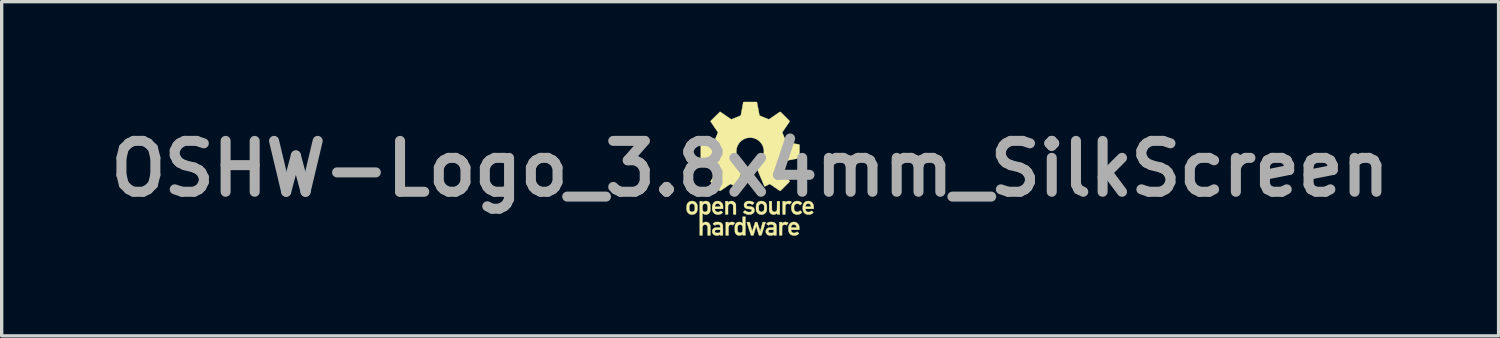
<source format=kicad_pcb>
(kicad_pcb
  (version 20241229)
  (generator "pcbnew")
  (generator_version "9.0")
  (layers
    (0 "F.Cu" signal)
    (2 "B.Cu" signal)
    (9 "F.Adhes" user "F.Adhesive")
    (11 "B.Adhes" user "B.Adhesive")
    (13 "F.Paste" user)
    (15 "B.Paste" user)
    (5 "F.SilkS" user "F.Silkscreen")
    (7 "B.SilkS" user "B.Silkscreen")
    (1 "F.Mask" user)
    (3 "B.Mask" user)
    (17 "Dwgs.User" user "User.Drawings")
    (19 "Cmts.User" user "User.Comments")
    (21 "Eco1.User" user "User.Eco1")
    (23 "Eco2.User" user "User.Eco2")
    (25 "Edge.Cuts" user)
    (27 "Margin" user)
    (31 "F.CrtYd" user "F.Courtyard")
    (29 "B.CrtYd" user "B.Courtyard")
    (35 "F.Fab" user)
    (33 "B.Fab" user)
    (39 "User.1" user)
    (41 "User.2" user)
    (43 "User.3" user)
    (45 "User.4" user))
  (footprint "OSHW-Logo_3.8x4mm_SilkScreen"
    (layer "F.Cu")
    (at 19.42 2.005)
    (property "Reference" "OSHW-Logo_3.8x4mm_SilkScreen" (at 0 0 0) (layer "F.Fab") (effects (font (size 1.524 1.524) (thickness 0.3))))
    (attr through_hole)
    (fp_poly (pts (xy 1.187 0.97) (xy 1.207 0.976) (xy 1.218 0.981) (xy 1.226 0.985) (xy 1.232 0.99) (xy 1.237 0.993) (xy 1.237 0.993) (xy 1.243 0.997) (xy 1.239 1.002) (xy 1.237 1.005) (xy 1.232 1.011) (xy 1.226 1.018) (xy 1.219 1.026) (xy 1.211 1.036) (xy 1.21 1.037) (xy 1.185 1.067) (xy 1.179 1.062) (xy 1.168 1.056) (xy 1.157 1.051) (xy 1.147 1.049) (xy 1.134 1.048) (xy 1.133 1.048) (xy 1.114 1.05) (xy 1.099 1.054) (xy 1.085 1.062) (xy 1.074 1.073) (xy 1.065 1.087) (xy 1.06 1.098) (xy 1.056 1.11) (xy 1.055 1.24) (xy 1.054 1.369) (xy 0.975 1.369) (xy 0.975 0.971) (xy 1.055 0.971) (xy 1.055 1.014) (xy 1.068 1.001) (xy 1.085 0.988) (xy 1.104 0.978) (xy 1.124 0.971) (xy 1.145 0.968) (xy 1.166 0.967) (xy 1.187 0.97)) (stroke (width 0.01) (type solid)) (fill yes) (layer "F.SilkS"))
    (fp_poly (pts (xy -0.516 1.597) (xy -0.495 1.603) (xy -0.485 1.608) (xy -0.477 1.612) (xy -0.471 1.617) (xy -0.466 1.62) (xy -0.466 1.62) (xy -0.46 1.624) (xy -0.489 1.659) (xy -0.518 1.693) (xy -0.524 1.689) (xy -0.536 1.682) (xy -0.546 1.678) (xy -0.557 1.676) (xy -0.569 1.675) (xy -0.582 1.675) (xy -0.592 1.677) (xy -0.601 1.68) (xy -0.611 1.684) (xy -0.613 1.686) (xy -0.625 1.695) (xy -0.635 1.707) (xy -0.642 1.722) (xy -0.643 1.725) (xy -0.644 1.727) (xy -0.645 1.73) (xy -0.645 1.733) (xy -0.646 1.736) (xy -0.646 1.74) (xy -0.647 1.746) (xy -0.647 1.753) (xy -0.647 1.762) (xy -0.647 1.773) (xy -0.648 1.786) (xy -0.648 1.802) (xy -0.648 1.821) (xy -0.648 1.843) (xy -0.648 1.867) (xy -0.649 1.996) (xy -0.729 1.996) (xy -0.729 1.598) (xy -0.648 1.598) (xy -0.648 1.641) (xy -0.635 1.628) (xy -0.618 1.615) (xy -0.599 1.605) (xy -0.579 1.598) (xy -0.558 1.594) (xy -0.537 1.594) (xy -0.516 1.597)) (stroke (width 0.01) (type solid)) (fill yes) (layer "F.SilkS"))
    (fp_poly (pts (xy 1.087 1.597) (xy 1.108 1.603) (xy 1.127 1.612) (xy 1.135 1.618) (xy 1.144 1.624) (xy 1.12 1.653) (xy 1.112 1.663) (xy 1.104 1.672) (xy 1.098 1.679) (xy 1.093 1.685) (xy 1.091 1.688) (xy 1.091 1.688) (xy 1.086 1.693) (xy 1.075 1.686) (xy 1.058 1.679) (xy 1.042 1.675) (xy 1.025 1.675) (xy 1.007 1.678) (xy 1.003 1.68) (xy 0.992 1.686) (xy 0.981 1.695) (xy 0.971 1.705) (xy 0.964 1.717) (xy 0.963 1.72) (xy 0.958 1.731) (xy 0.957 1.863) (xy 0.956 1.995) (xy 0.916 1.996) (xy 0.902 1.996) (xy 0.892 1.996) (xy 0.884 1.995) (xy 0.879 1.995) (xy 0.877 1.994) (xy 0.876 1.994) (xy 0.876 1.991) (xy 0.876 1.985) (xy 0.876 1.976) (xy 0.875 1.964) (xy 0.875 1.949) (xy 0.875 1.931) (xy 0.875 1.911) (xy 0.875 1.888) (xy 0.875 1.865) (xy 0.875 1.839) (xy 0.875 1.812) (xy 0.875 1.795) (xy 0.876 1.599) (xy 0.956 1.599) (xy 0.957 1.619) (xy 0.957 1.64) (xy 0.97 1.628) (xy 0.986 1.615) (xy 1.005 1.605) (xy 1.025 1.598) (xy 1.045 1.594) (xy 1.066 1.594) (xy 1.087 1.597)) (stroke (width 0.01) (type solid)) (fill yes) (layer "F.SilkS"))
    (fp_poly (pts (xy 0.65 1.092) (xy 0.65 1.117) (xy 0.651 1.141) (xy 0.651 1.162) (xy 0.651 1.18) (xy 0.651 1.196) (xy 0.651 1.209) (xy 0.652 1.219) (xy 0.652 1.225) (xy 0.652 1.227) (xy 0.657 1.243) (xy 0.664 1.258) (xy 0.674 1.27) (xy 0.686 1.281) (xy 0.699 1.287) (xy 0.71 1.29) (xy 0.724 1.292) (xy 0.738 1.292) (xy 0.751 1.29) (xy 0.76 1.287) (xy 0.774 1.28) (xy 0.785 1.269) (xy 0.795 1.256) (xy 0.803 1.241) (xy 0.803 1.24) (xy 0.804 1.237) (xy 0.804 1.231) (xy 0.805 1.222) (xy 0.805 1.209) (xy 0.805 1.193) (xy 0.806 1.174) (xy 0.806 1.151) (xy 0.806 1.125) (xy 0.807 1.103) (xy 0.808 0.972) (xy 0.888 0.972) (xy 0.888 1.17) (xy 0.889 1.369) (xy 0.808 1.368) (xy 0.807 1.348) (xy 0.806 1.328) (xy 0.793 1.34) (xy 0.779 1.351) (xy 0.763 1.36) (xy 0.746 1.367) (xy 0.735 1.37) (xy 0.724 1.372) (xy 0.71 1.373) (xy 0.696 1.373) (xy 0.683 1.372) (xy 0.673 1.37) (xy 0.652 1.363) (xy 0.633 1.353) (xy 0.615 1.339) (xy 0.6 1.323) (xy 0.588 1.305) (xy 0.585 1.3) (xy 0.582 1.295) (xy 0.58 1.29) (xy 0.579 1.286) (xy 0.577 1.282) (xy 0.576 1.278) (xy 0.574 1.272) (xy 0.574 1.266) (xy 0.573 1.259) (xy 0.572 1.25) (xy 0.572 1.239) (xy 0.572 1.227) (xy 0.571 1.211) (xy 0.571 1.194) (xy 0.571 1.173) (xy 0.571 1.149) (xy 0.571 1.121) (xy 0.571 1.117) (xy 0.57 0.971) (xy 0.65 0.971) (xy 0.65 1.092)) (stroke (width 0.01) (type solid)) (fill yes) (layer "F.SilkS"))
    (fp_poly (pts (xy -0.528 0.97) (xy -0.51 0.976) (xy -0.491 0.985) (xy -0.473 0.998) (xy -0.458 1.012) (xy -0.446 1.029) (xy -0.439 1.04) (xy -0.437 1.045) (xy -0.435 1.05) (xy -0.433 1.055) (xy -0.431 1.059) (xy -0.43 1.064) (xy -0.428 1.069) (xy -0.427 1.076) (xy -0.427 1.083) (xy -0.426 1.093) (xy -0.426 1.104) (xy -0.425 1.117) (xy -0.425 1.132) (xy -0.425 1.15) (xy -0.425 1.171) (xy -0.424 1.196) (xy -0.424 1.224) (xy -0.424 1.225) (xy -0.424 1.369) (xy -0.505 1.368) (xy -0.506 1.237) (xy -0.506 1.211) (xy -0.506 1.188) (xy -0.506 1.169) (xy -0.507 1.152) (xy -0.507 1.139) (xy -0.507 1.127) (xy -0.508 1.118) (xy -0.508 1.11) (xy -0.509 1.104) (xy -0.51 1.1) (xy -0.511 1.095) (xy -0.512 1.092) (xy -0.514 1.089) (xy -0.516 1.085) (xy -0.518 1.082) (xy -0.519 1.081) (xy -0.527 1.07) (xy -0.539 1.06) (xy -0.553 1.053) (xy -0.568 1.049) (xy -0.584 1.047) (xy -0.591 1.048) (xy -0.607 1.051) (xy -0.62 1.056) (xy -0.632 1.064) (xy -0.638 1.069) (xy -0.647 1.08) (xy -0.654 1.092) (xy -0.659 1.106) (xy -0.66 1.115) (xy -0.661 1.119) (xy -0.661 1.126) (xy -0.661 1.137) (xy -0.661 1.15) (xy -0.662 1.166) (xy -0.662 1.184) (xy -0.662 1.203) (xy -0.662 1.224) (xy -0.662 1.246) (xy -0.662 1.248) (xy -0.662 1.369) (xy -0.742 1.369) (xy -0.742 0.971) (xy -0.662 0.971) (xy -0.662 1.014) (xy -0.649 1.001) (xy -0.632 0.988) (xy -0.613 0.978) (xy -0.593 0.971) (xy -0.572 0.967) (xy -0.55 0.967) (xy -0.528 0.97)) (stroke (width 0.01) (type solid)) (fill yes) (layer "F.SilkS"))
    (fp_poly (pts (xy 1.424 0.968) (xy 1.434 0.968) (xy 1.441 0.969) (xy 1.447 0.97) (xy 1.453 0.971) (xy 1.46 0.973) (xy 1.461 0.973) (xy 1.487 0.983) (xy 1.51 0.996) (xy 1.514 0.998) (xy 1.519 1.002) (xy 1.526 1.007) (xy 1.533 1.014) (xy 1.54 1.02) (xy 1.547 1.026) (xy 1.551 1.031) (xy 1.554 1.035) (xy 1.554 1.036) (xy 1.553 1.038) (xy 1.549 1.042) (xy 1.543 1.048) (xy 1.536 1.055) (xy 1.527 1.062) (xy 1.526 1.063) (xy 1.498 1.088) (xy 1.485 1.077) (xy 1.469 1.064) (xy 1.451 1.054) (xy 1.432 1.049) (xy 1.412 1.047) (xy 1.392 1.049) (xy 1.379 1.052) (xy 1.362 1.06) (xy 1.348 1.07) (xy 1.336 1.083) (xy 1.327 1.099) (xy 1.32 1.118) (xy 1.317 1.129) (xy 1.316 1.139) (xy 1.315 1.151) (xy 1.315 1.166) (xy 1.315 1.18) (xy 1.316 1.195) (xy 1.317 1.207) (xy 1.318 1.218) (xy 1.319 1.222) (xy 1.326 1.241) (xy 1.336 1.257) (xy 1.348 1.27) (xy 1.363 1.281) (xy 1.379 1.288) (xy 1.388 1.29) (xy 1.409 1.293) (xy 1.429 1.292) (xy 1.448 1.287) (xy 1.465 1.279) (xy 1.482 1.267) (xy 1.484 1.264) (xy 1.498 1.252) (xy 1.526 1.277) (xy 1.535 1.285) (xy 1.543 1.293) (xy 1.549 1.298) (xy 1.553 1.303) (xy 1.555 1.305) (xy 1.555 1.305) (xy 1.553 1.307) (xy 1.55 1.311) (xy 1.545 1.316) (xy 1.541 1.319) (xy 1.522 1.336) (xy 1.501 1.35) (xy 1.479 1.361) (xy 1.456 1.368) (xy 1.449 1.37) (xy 1.44 1.371) (xy 1.428 1.372) (xy 1.415 1.373) (xy 1.403 1.373) (xy 1.391 1.372) (xy 1.384 1.372) (xy 1.362 1.367) (xy 1.341 1.36) (xy 1.321 1.35) (xy 1.302 1.338) (xy 1.286 1.324) (xy 1.28 1.317) (xy 1.266 1.298) (xy 1.254 1.275) (xy 1.244 1.25) (xy 1.238 1.224) (xy 1.234 1.195) (xy 1.233 1.166) (xy 1.234 1.142) (xy 1.238 1.118) (xy 1.242 1.097) (xy 1.249 1.077) (xy 1.257 1.06) (xy 1.269 1.038) (xy 1.283 1.02) (xy 1.3 1.005) (xy 1.319 0.992) (xy 1.329 0.986) (xy 1.343 0.98) (xy 1.355 0.975) (xy 1.367 0.972) (xy 1.379 0.97) (xy 1.393 0.968) (xy 1.41 0.968) (xy 1.412 0.968) (xy 1.424 0.968)) (stroke (width 0.01) (type solid)) (fill yes) (layer "F.SilkS"))
    (fp_poly (pts (xy -0.948 0.969) (xy -0.924 0.974) (xy -0.902 0.983) (xy -0.881 0.995) (xy -0.862 1.009) (xy -0.846 1.026) (xy -0.832 1.046) (xy -0.822 1.067) (xy -0.819 1.077) (xy -0.816 1.086) (xy -0.814 1.095) (xy -0.812 1.106) (xy -0.811 1.118) (xy -0.811 1.132) (xy -0.811 1.15) (xy -0.811 1.156) (xy -0.811 1.201) (xy -1.057 1.201) (xy -1.056 1.215) (xy -1.052 1.234) (xy -1.046 1.252) (xy -1.037 1.266) (xy -1.024 1.278) (xy -1.01 1.287) (xy -0.993 1.293) (xy -0.973 1.296) (xy -0.964 1.297) (xy -0.942 1.295) (xy -0.922 1.289) (xy -0.902 1.28) (xy -0.886 1.269) (xy -0.875 1.26) (xy -0.847 1.283) (xy -0.838 1.291) (xy -0.831 1.298) (xy -0.824 1.303) (xy -0.82 1.306) (xy -0.819 1.308) (xy -0.819 1.308) (xy -0.819 1.31) (xy -0.822 1.314) (xy -0.827 1.319) (xy -0.834 1.326) (xy -0.841 1.332) (xy -0.842 1.333) (xy -0.864 1.348) (xy -0.888 1.36) (xy -0.907 1.366) (xy -0.915 1.368) (xy -0.921 1.37) (xy -0.929 1.371) (xy -0.937 1.372) (xy -0.948 1.372) (xy -0.956 1.372) (xy -0.967 1.372) (xy -0.977 1.372) (xy -0.986 1.372) (xy -0.991 1.372) (xy -0.993 1.372) (xy -1.019 1.366) (xy -1.043 1.357) (xy -1.064 1.345) (xy -1.082 1.33) (xy -1.098 1.313) (xy -1.111 1.292) (xy -1.122 1.269) (xy -1.13 1.243) (xy -1.134 1.222) (xy -1.135 1.208) (xy -1.136 1.192) (xy -1.137 1.174) (xy -1.136 1.156) (xy -1.136 1.14) (xy -1.135 1.135) (xy -1.057 1.135) (xy -0.89 1.135) (xy -0.891 1.122) (xy -0.895 1.104) (xy -0.901 1.087) (xy -0.91 1.073) (xy -0.921 1.061) (xy -0.935 1.051) (xy -0.941 1.048) (xy -0.947 1.046) (xy -0.953 1.045) (xy -0.96 1.044) (xy -0.97 1.044) (xy -0.974 1.044) (xy -0.984 1.044) (xy -0.992 1.045) (xy -0.998 1.046) (xy -1.004 1.048) (xy -1.006 1.048) (xy -1.02 1.056) (xy -1.032 1.067) (xy -1.042 1.08) (xy -1.05 1.096) (xy -1.055 1.114) (xy -1.056 1.122) (xy -1.057 1.135) (xy -1.135 1.135) (xy -1.134 1.125) (xy -1.134 1.121) (xy -1.128 1.093) (xy -1.119 1.067) (xy -1.108 1.044) (xy -1.095 1.024) (xy -1.079 1.006) (xy -1.061 0.992) (xy -1.041 0.981) (xy -1.019 0.973) (xy -0.995 0.968) (xy -0.973 0.967) (xy -0.948 0.969)) (stroke (width 0.01) (type solid)) (fill yes) (layer "F.SilkS"))
    (fp_poly (pts (xy -0.142 1.995) (xy -0.222 1.995) (xy -0.222 1.976) (xy -0.223 1.957) (xy -0.236 1.968) (xy -0.255 1.981) (xy -0.276 1.991) (xy -0.298 1.997) (xy -0.321 2) (xy -0.344 1.999) (xy -0.355 1.997) (xy -0.374 1.991) (xy -0.393 1.982) (xy -0.41 1.97) (xy -0.425 1.955) (xy -0.427 1.952) (xy -0.436 1.94) (xy -0.443 1.929) (xy -0.448 1.917) (xy -0.452 1.903) (xy -0.455 1.887) (xy -0.455 1.886) (xy -0.456 1.879) (xy -0.457 1.868) (xy -0.457 1.855) (xy -0.458 1.84) (xy -0.458 1.823) (xy -0.458 1.806) (xy -0.458 1.797) (xy -0.378 1.797) (xy -0.378 1.813) (xy -0.377 1.827) (xy -0.377 1.837) (xy -0.376 1.846) (xy -0.375 1.852) (xy -0.374 1.857) (xy -0.369 1.875) (xy -0.362 1.89) (xy -0.352 1.902) (xy -0.341 1.911) (xy -0.327 1.916) (xy -0.311 1.919) (xy -0.296 1.919) (xy -0.287 1.918) (xy -0.277 1.917) (xy -0.27 1.915) (xy -0.269 1.915) (xy -0.259 1.91) (xy -0.249 1.902) (xy -0.24 1.892) (xy -0.234 1.881) (xy -0.233 1.878) (xy -0.229 1.868) (xy -0.227 1.858) (xy -0.225 1.846) (xy -0.224 1.833) (xy -0.223 1.818) (xy -0.223 1.799) (xy -0.223 1.798) (xy -0.223 1.777) (xy -0.224 1.76) (xy -0.225 1.745) (xy -0.227 1.733) (xy -0.23 1.722) (xy -0.234 1.712) (xy -0.234 1.712) (xy -0.241 1.7) (xy -0.251 1.69) (xy -0.261 1.683) (xy -0.269 1.679) (xy -0.281 1.676) (xy -0.296 1.674) (xy -0.31 1.674) (xy -0.319 1.676) (xy -0.334 1.68) (xy -0.347 1.687) (xy -0.357 1.697) (xy -0.365 1.709) (xy -0.366 1.711) (xy -0.37 1.719) (xy -0.372 1.728) (xy -0.374 1.736) (xy -0.376 1.746) (xy -0.377 1.758) (xy -0.377 1.772) (xy -0.378 1.789) (xy -0.378 1.797) (xy -0.458 1.797) (xy -0.458 1.788) (xy -0.458 1.77) (xy -0.458 1.754) (xy -0.457 1.738) (xy -0.457 1.725) (xy -0.456 1.715) (xy -0.455 1.708) (xy -0.451 1.686) (xy -0.444 1.668) (xy -0.435 1.651) (xy -0.423 1.636) (xy -0.408 1.622) (xy -0.407 1.622) (xy -0.389 1.609) (xy -0.369 1.601) (xy -0.348 1.596) (xy -0.324 1.594) (xy -0.318 1.594) (xy -0.297 1.597) (xy -0.278 1.603) (xy -0.258 1.612) (xy -0.24 1.625) (xy -0.233 1.63) (xy -0.223 1.639) (xy -0.223 1.437) (xy -0.141 1.437) (xy -0.142 1.995)) (stroke (width 0.01) (type solid)) (fill yes) (layer "F.SilkS"))
    (fp_poly (pts (xy 1.759 0.968) (xy 1.775 0.97) (xy 1.784 0.972) (xy 1.808 0.981) (xy 1.83 0.993) (xy 1.849 1.008) (xy 1.866 1.025) (xy 1.88 1.045) (xy 1.891 1.067) (xy 1.895 1.078) (xy 1.899 1.093) (xy 1.902 1.11) (xy 1.903 1.129) (xy 1.904 1.151) (xy 1.904 1.167) (xy 1.903 1.2) (xy 1.779 1.201) (xy 1.656 1.201) (xy 1.657 1.214) (xy 1.66 1.232) (xy 1.666 1.248) (xy 1.674 1.263) (xy 1.685 1.275) (xy 1.692 1.281) (xy 1.704 1.288) (xy 1.716 1.292) (xy 1.729 1.295) (xy 1.744 1.296) (xy 1.765 1.296) (xy 1.784 1.292) (xy 1.802 1.285) (xy 1.82 1.274) (xy 1.826 1.269) (xy 1.838 1.26) (xy 1.866 1.283) (xy 1.875 1.291) (xy 1.882 1.298) (xy 1.888 1.304) (xy 1.893 1.308) (xy 1.894 1.31) (xy 1.893 1.312) (xy 1.889 1.316) (xy 1.884 1.322) (xy 1.877 1.328) (xy 1.869 1.334) (xy 1.862 1.34) (xy 1.859 1.342) (xy 1.841 1.353) (xy 1.821 1.361) (xy 1.804 1.367) (xy 1.791 1.37) (xy 1.775 1.372) (xy 1.758 1.372) (xy 1.74 1.372) (xy 1.724 1.371) (xy 1.709 1.369) (xy 1.707 1.369) (xy 1.682 1.362) (xy 1.66 1.352) (xy 1.641 1.339) (xy 1.623 1.323) (xy 1.609 1.305) (xy 1.597 1.283) (xy 1.588 1.258) (xy 1.582 1.236) (xy 1.58 1.229) (xy 1.579 1.222) (xy 1.578 1.215) (xy 1.578 1.207) (xy 1.577 1.197) (xy 1.577 1.184) (xy 1.577 1.172) (xy 1.577 1.156) (xy 1.578 1.142) (xy 1.578 1.135) (xy 1.656 1.135) (xy 1.822 1.135) (xy 1.822 1.127) (xy 1.821 1.118) (xy 1.819 1.106) (xy 1.815 1.095) (xy 1.811 1.086) (xy 1.802 1.071) (xy 1.79 1.059) (xy 1.776 1.051) (xy 1.759 1.045) (xy 1.741 1.043) (xy 1.739 1.043) (xy 1.721 1.045) (xy 1.705 1.05) (xy 1.69 1.058) (xy 1.678 1.069) (xy 1.669 1.084) (xy 1.662 1.101) (xy 1.659 1.11) (xy 1.658 1.118) (xy 1.657 1.125) (xy 1.656 1.129) (xy 1.656 1.135) (xy 1.578 1.135) (xy 1.578 1.132) (xy 1.579 1.123) (xy 1.58 1.116) (xy 1.581 1.111) (xy 1.588 1.083) (xy 1.598 1.058) (xy 1.61 1.035) (xy 1.625 1.016) (xy 1.642 1) (xy 1.661 0.987) (xy 1.683 0.976) (xy 1.696 0.972) (xy 1.71 0.97) (xy 1.725 0.968) (xy 1.743 0.967) (xy 1.759 0.968)) (stroke (width 0.01) (type solid)) (fill yes) (layer "F.SilkS"))
    (fp_poly (pts (xy 1.323 1.595) (xy 1.337 1.596) (xy 1.35 1.598) (xy 1.351 1.598) (xy 1.374 1.607) (xy 1.396 1.618) (xy 1.415 1.632) (xy 1.433 1.649) (xy 1.447 1.668) (xy 1.458 1.689) (xy 1.461 1.695) (xy 1.465 1.706) (xy 1.468 1.717) (xy 1.47 1.729) (xy 1.471 1.742) (xy 1.472 1.757) (xy 1.473 1.775) (xy 1.473 1.786) (xy 1.473 1.828) (xy 1.227 1.828) (xy 1.227 1.837) (xy 1.228 1.848) (xy 1.23 1.861) (xy 1.234 1.873) (xy 1.237 1.879) (xy 1.242 1.887) (xy 1.249 1.896) (xy 1.258 1.904) (xy 1.267 1.911) (xy 1.272 1.914) (xy 1.288 1.92) (xy 1.306 1.923) (xy 1.325 1.924) (xy 1.343 1.922) (xy 1.347 1.921) (xy 1.359 1.917) (xy 1.373 1.911) (xy 1.385 1.903) (xy 1.396 1.896) (xy 1.397 1.895) (xy 1.402 1.89) (xy 1.405 1.888) (xy 1.408 1.888) (xy 1.41 1.889) (xy 1.412 1.891) (xy 1.417 1.895) (xy 1.424 1.901) (xy 1.432 1.908) (xy 1.439 1.914) (xy 1.465 1.936) (xy 1.456 1.946) (xy 1.437 1.962) (xy 1.416 1.976) (xy 1.393 1.987) (xy 1.372 1.994) (xy 1.363 1.996) (xy 1.351 1.998) (xy 1.337 1.999) (xy 1.323 1.999) (xy 1.309 1.999) (xy 1.297 1.999) (xy 1.288 1.998) (xy 1.262 1.992) (xy 1.239 1.984) (xy 1.218 1.972) (xy 1.2 1.957) (xy 1.184 1.94) (xy 1.171 1.919) (xy 1.161 1.896) (xy 1.152 1.869) (xy 1.149 1.853) (xy 1.147 1.841) (xy 1.146 1.826) (xy 1.146 1.81) (xy 1.146 1.792) (xy 1.146 1.776) (xy 1.147 1.762) (xy 1.227 1.762) (xy 1.393 1.762) (xy 1.392 1.751) (xy 1.388 1.731) (xy 1.381 1.713) (xy 1.372 1.698) (xy 1.361 1.687) (xy 1.347 1.678) (xy 1.331 1.672) (xy 1.313 1.67) (xy 1.304 1.67) (xy 1.294 1.671) (xy 1.287 1.672) (xy 1.28 1.674) (xy 1.273 1.677) (xy 1.264 1.682) (xy 1.255 1.689) (xy 1.251 1.692) (xy 1.242 1.704) (xy 1.234 1.719) (xy 1.229 1.734) (xy 1.227 1.749) (xy 1.227 1.752) (xy 1.227 1.762) (xy 1.147 1.762) (xy 1.147 1.76) (xy 1.149 1.747) (xy 1.149 1.744) (xy 1.155 1.716) (xy 1.165 1.69) (xy 1.176 1.667) (xy 1.19 1.647) (xy 1.207 1.63) (xy 1.226 1.616) (xy 1.247 1.605) (xy 1.265 1.599) (xy 1.277 1.597) (xy 1.291 1.595) (xy 1.307 1.594) (xy 1.323 1.595)) (stroke (width 0.01) (type solid)) (fill yes) (layer "F.SilkS"))
    (fp_poly (pts (xy -1.73 0.967) (xy -1.714 0.969) (xy -1.699 0.971) (xy -1.686 0.975) (xy -1.673 0.98) (xy -1.665 0.983) (xy -1.644 0.996) (xy -1.625 1.011) (xy -1.609 1.029) (xy -1.596 1.05) (xy -1.596 1.051) (xy -1.59 1.063) (xy -1.585 1.077) (xy -1.582 1.091) (xy -1.579 1.107) (xy -1.577 1.126) (xy -1.576 1.147) (xy -1.576 1.169) (xy -1.577 1.197) (xy -1.578 1.221) (xy -1.581 1.242) (xy -1.585 1.261) (xy -1.59 1.278) (xy -1.598 1.293) (xy -1.606 1.307) (xy -1.617 1.32) (xy -1.625 1.328) (xy -1.643 1.344) (xy -1.663 1.356) (xy -1.685 1.365) (xy -1.705 1.37) (xy -1.713 1.371) (xy -1.724 1.372) (xy -1.736 1.373) (xy -1.749 1.373) (xy -1.76 1.372) (xy -1.769 1.372) (xy -1.791 1.367) (xy -1.812 1.358) (xy -1.832 1.347) (xy -1.85 1.333) (xy -1.866 1.316) (xy -1.879 1.297) (xy -1.889 1.277) (xy -1.894 1.262) (xy -1.898 1.245) (xy -1.901 1.225) (xy -1.903 1.202) (xy -1.904 1.179) (xy -1.904 1.168) (xy -1.821 1.168) (xy -1.821 1.184) (xy -1.821 1.198) (xy -1.821 1.208) (xy -1.821 1.216) (xy -1.82 1.222) (xy -1.819 1.228) (xy -1.818 1.232) (xy -1.818 1.235) (xy -1.811 1.252) (xy -1.802 1.266) (xy -1.79 1.277) (xy -1.776 1.285) (xy -1.76 1.29) (xy -1.742 1.292) (xy -1.736 1.292) (xy -1.721 1.29) (xy -1.708 1.287) (xy -1.696 1.281) (xy -1.685 1.274) (xy -1.676 1.265) (xy -1.669 1.254) (xy -1.664 1.241) (xy -1.66 1.225) (xy -1.658 1.206) (xy -1.657 1.184) (xy -1.657 1.158) (xy -1.657 1.156) (xy -1.658 1.139) (xy -1.659 1.126) (xy -1.66 1.115) (xy -1.662 1.105) (xy -1.664 1.097) (xy -1.668 1.089) (xy -1.668 1.089) (xy -1.676 1.076) (xy -1.687 1.065) (xy -1.7 1.057) (xy -1.714 1.051) (xy -1.73 1.048) (xy -1.745 1.048) (xy -1.761 1.05) (xy -1.775 1.055) (xy -1.789 1.062) (xy -1.8 1.073) (xy -1.808 1.082) (xy -1.811 1.088) (xy -1.814 1.096) (xy -1.817 1.102) (xy -1.818 1.106) (xy -1.819 1.109) (xy -1.82 1.114) (xy -1.82 1.119) (xy -1.821 1.125) (xy -1.821 1.134) (xy -1.821 1.145) (xy -1.821 1.159) (xy -1.821 1.168) (xy -1.904 1.168) (xy -1.904 1.155) (xy -1.902 1.134) (xy -1.9 1.111) (xy -1.897 1.091) (xy -1.893 1.074) (xy -1.888 1.059) (xy -1.881 1.045) (xy -1.872 1.032) (xy -1.861 1.019) (xy -1.855 1.014) (xy -1.837 0.997) (xy -1.818 0.985) (xy -1.797 0.976) (xy -1.774 0.97) (xy -1.75 0.967) (xy -1.73 0.967)) (stroke (width 0.01) (type solid)) (fill yes) (layer "F.SilkS"))
    (fp_poly (pts (xy 0.37 0.97) (xy 0.393 0.975) (xy 0.415 0.984) (xy 0.435 0.996) (xy 0.442 1.001) (xy 0.451 1.009) (xy 0.461 1.02) (xy 0.471 1.032) (xy 0.479 1.043) (xy 0.482 1.049) (xy 0.488 1.061) (xy 0.493 1.075) (xy 0.497 1.092) (xy 0.499 1.108) (xy 0.5 1.11) (xy 0.501 1.12) (xy 0.501 1.132) (xy 0.502 1.146) (xy 0.502 1.162) (xy 0.502 1.178) (xy 0.502 1.193) (xy 0.501 1.208) (xy 0.501 1.22) (xy 0.5 1.229) (xy 0.496 1.253) (xy 0.49 1.274) (xy 0.481 1.293) (xy 0.47 1.31) (xy 0.456 1.326) (xy 0.45 1.332) (xy 0.432 1.346) (xy 0.414 1.357) (xy 0.393 1.365) (xy 0.373 1.37) (xy 0.362 1.372) (xy 0.348 1.373) (xy 0.334 1.373) (xy 0.319 1.372) (xy 0.307 1.371) (xy 0.303 1.37) (xy 0.281 1.364) (xy 0.261 1.356) (xy 0.244 1.345) (xy 0.227 1.33) (xy 0.223 1.326) (xy 0.209 1.311) (xy 0.198 1.295) (xy 0.19 1.278) (xy 0.183 1.259) (xy 0.18 1.247) (xy 0.179 1.24) (xy 0.178 1.229) (xy 0.177 1.216) (xy 0.177 1.201) (xy 0.176 1.186) (xy 0.176 1.169) (xy 0.176 1.169) (xy 0.257 1.169) (xy 0.257 1.187) (xy 0.257 1.201) (xy 0.258 1.213) (xy 0.258 1.222) (xy 0.26 1.23) (xy 0.261 1.237) (xy 0.263 1.243) (xy 0.266 1.249) (xy 0.267 1.251) (xy 0.276 1.265) (xy 0.288 1.276) (xy 0.302 1.284) (xy 0.317 1.29) (xy 0.334 1.293) (xy 0.352 1.292) (xy 0.358 1.291) (xy 0.374 1.285) (xy 0.389 1.277) (xy 0.401 1.265) (xy 0.41 1.252) (xy 0.413 1.246) (xy 0.415 1.24) (xy 0.417 1.233) (xy 0.419 1.226) (xy 0.42 1.218) (xy 0.42 1.207) (xy 0.421 1.194) (xy 0.421 1.178) (xy 0.421 1.169) (xy 0.421 1.151) (xy 0.421 1.137) (xy 0.42 1.126) (xy 0.419 1.117) (xy 0.418 1.109) (xy 0.416 1.102) (xy 0.414 1.096) (xy 0.411 1.09) (xy 0.41 1.087) (xy 0.401 1.075) (xy 0.39 1.064) (xy 0.376 1.056) (xy 0.361 1.05) (xy 0.345 1.048) (xy 0.328 1.048) (xy 0.325 1.049) (xy 0.308 1.053) (xy 0.293 1.06) (xy 0.28 1.071) (xy 0.27 1.084) (xy 0.263 1.1) (xy 0.26 1.106) (xy 0.259 1.111) (xy 0.258 1.115) (xy 0.258 1.121) (xy 0.257 1.128) (xy 0.257 1.137) (xy 0.257 1.148) (xy 0.257 1.163) (xy 0.257 1.169) (xy 0.176 1.169) (xy 0.176 1.154) (xy 0.176 1.139) (xy 0.177 1.126) (xy 0.177 1.116) (xy 0.178 1.113) (xy 0.182 1.087) (xy 0.19 1.063) (xy 0.2 1.041) (xy 0.214 1.022) (xy 0.231 1.005) (xy 0.236 1.001) (xy 0.255 0.988) (xy 0.277 0.978) (xy 0.299 0.971) (xy 0.323 0.968) (xy 0.347 0.967) (xy 0.37 0.97)) (stroke (width 0.01) (type solid)) (fill yes) (layer "F.SilkS"))
    (fp_poly (pts (xy -0.961 1.594) (xy -0.946 1.595) (xy -0.942 1.596) (xy -0.916 1.6) (xy -0.893 1.607) (xy -0.873 1.616) (xy -0.856 1.627) (xy -0.842 1.641) (xy -0.831 1.658) (xy -0.822 1.677) (xy -0.819 1.689) (xy -0.818 1.692) (xy -0.818 1.696) (xy -0.817 1.7) (xy -0.817 1.704) (xy -0.816 1.71) (xy -0.816 1.718) (xy -0.816 1.727) (xy -0.816 1.738) (xy -0.816 1.752) (xy -0.816 1.768) (xy -0.815 1.787) (xy -0.815 1.809) (xy -0.815 1.835) (xy -0.815 1.85) (xy -0.815 1.995) (xy -0.856 1.996) (xy -0.896 1.996) (xy -0.896 1.96) (xy -0.902 1.968) (xy -0.912 1.978) (xy -0.924 1.986) (xy -0.939 1.993) (xy -0.956 1.997) (xy -0.959 1.998) (xy -0.969 1.999) (xy -0.982 2) (xy -0.995 2) (xy -1.009 1.999) (xy -1.021 1.998) (xy -1.03 1.997) (xy -1.031 1.997) (xy -1.051 1.992) (xy -1.068 1.985) (xy -1.083 1.976) (xy -1.098 1.965) (xy -1.102 1.961) (xy -1.114 1.946) (xy -1.124 1.931) (xy -1.13 1.914) (xy -1.134 1.895) (xy -1.134 1.881) (xy -1.058 1.881) (xy -1.057 1.888) (xy -1.056 1.893) (xy -1.049 1.903) (xy -1.04 1.911) (xy -1.028 1.917) (xy -1.017 1.921) (xy -1.01 1.922) (xy -1 1.923) (xy -0.988 1.923) (xy -0.976 1.923) (xy -0.962 1.923) (xy -0.95 1.922) (xy -0.939 1.921) (xy -0.931 1.92) (xy -0.927 1.919) (xy -0.917 1.914) (xy -0.908 1.906) (xy -0.902 1.897) (xy -0.901 1.894) (xy -0.899 1.888) (xy -0.898 1.88) (xy -0.898 1.87) (xy -0.897 1.858) (xy -0.897 1.857) (xy -0.896 1.828) (xy -0.958 1.828) (xy -1.021 1.829) (xy -1.034 1.836) (xy -1.044 1.842) (xy -1.051 1.849) (xy -1.056 1.857) (xy -1.058 1.868) (xy -1.058 1.872) (xy -1.058 1.881) (xy -1.134 1.881) (xy -1.134 1.875) (xy -1.134 1.872) (xy -1.133 1.855) (xy -1.13 1.841) (xy -1.125 1.828) (xy -1.118 1.816) (xy -1.117 1.815) (xy -1.104 1.798) (xy -1.089 1.785) (xy -1.071 1.774) (xy -1.056 1.768) (xy -1.04 1.763) (xy -0.968 1.762) (xy -0.896 1.761) (xy -0.897 1.734) (xy -0.897 1.72) (xy -0.897 1.71) (xy -0.899 1.701) (xy -0.901 1.695) (xy -0.905 1.69) (xy -0.91 1.685) (xy -0.911 1.684) (xy -0.917 1.68) (xy -0.923 1.676) (xy -0.93 1.674) (xy -0.94 1.672) (xy -0.952 1.671) (xy -0.966 1.671) (xy -0.976 1.671) (xy -0.991 1.671) (xy -1.004 1.672) (xy -1.014 1.673) (xy -1.022 1.675) (xy -1.028 1.678) (xy -1.034 1.682) (xy -1.04 1.687) (xy -1.043 1.689) (xy -1.053 1.699) (xy -1.115 1.652) (xy -1.109 1.644) (xy -1.096 1.63) (xy -1.08 1.618) (xy -1.061 1.608) (xy -1.041 1.601) (xy -1.036 1.599) (xy -1.025 1.597) (xy -1.01 1.595) (xy -0.994 1.594) (xy -0.978 1.594) (xy -0.961 1.594)) (stroke (width 0.01) (type solid)) (fill yes) (layer "F.SilkS"))
    (fp_poly (pts (xy -0.013 0.968) (xy 0.017 0.972) (xy 0.046 0.979) (xy 0.072 0.989) (xy 0.097 1.003) (xy 0.116 1.017) (xy 0.121 1.021) (xy 0.097 1.05) (xy 0.089 1.058) (xy 0.082 1.066) (xy 0.077 1.072) (xy 0.073 1.076) (xy 0.071 1.078) (xy 0.071 1.078) (xy 0.069 1.077) (xy 0.065 1.075) (xy 0.058 1.071) (xy 0.054 1.068) (xy 0.032 1.057) (xy 0.009 1.049) (xy -0.014 1.044) (xy -0.036 1.043) (xy -0.055 1.044) (xy -0.07 1.047) (xy -0.083 1.053) (xy -0.092 1.06) (xy -0.098 1.07) (xy -0.102 1.081) (xy -0.103 1.088) (xy -0.103 1.093) (xy -0.102 1.098) (xy -0.1 1.102) (xy -0.097 1.108) (xy -0.093 1.113) (xy -0.088 1.117) (xy -0.081 1.12) (xy -0.072 1.123) (xy -0.06 1.125) (xy -0.046 1.127) (xy -0.029 1.129) (xy -0.013 1.13) (xy 0.006 1.131) (xy 0.022 1.133) (xy 0.035 1.135) (xy 0.046 1.137) (xy 0.055 1.14) (xy 0.064 1.143) (xy 0.073 1.147) (xy 0.075 1.148) (xy 0.091 1.159) (xy 0.105 1.172) (xy 0.116 1.188) (xy 0.123 1.206) (xy 0.128 1.227) (xy 0.13 1.247) (xy 0.129 1.263) (xy 0.127 1.276) (xy 0.124 1.288) (xy 0.118 1.301) (xy 0.117 1.302) (xy 0.107 1.318) (xy 0.093 1.332) (xy 0.076 1.345) (xy 0.057 1.355) (xy 0.035 1.364) (xy 0.011 1.369) (xy 0.007 1.37) (xy -0.006 1.372) (xy -0.022 1.373) (xy -0.038 1.373) (xy -0.055 1.372) (xy -0.069 1.371) (xy -0.077 1.37) (xy -0.106 1.363) (xy -0.134 1.352) (xy -0.16 1.339) (xy -0.185 1.323) (xy -0.199 1.311) (xy -0.209 1.302) (xy -0.182 1.275) (xy -0.174 1.267) (xy -0.166 1.259) (xy -0.16 1.254) (xy -0.156 1.25) (xy -0.153 1.248) (xy -0.153 1.248) (xy -0.151 1.249) (xy -0.147 1.253) (xy -0.145 1.254) (xy -0.138 1.26) (xy -0.129 1.267) (xy -0.118 1.274) (xy -0.106 1.28) (xy -0.097 1.285) (xy -0.079 1.291) (xy -0.06 1.295) (xy -0.04 1.297) (xy -0.03 1.297) (xy -0.009 1.296) (xy 0.009 1.293) (xy 0.023 1.287) (xy 0.035 1.28) (xy 0.042 1.272) (xy 0.045 1.266) (xy 0.047 1.26) (xy 0.048 1.253) (xy 0.048 1.25) (xy 0.048 1.238) (xy 0.046 1.229) (xy 0.041 1.222) (xy 0.034 1.218) (xy 0.03 1.216) (xy 0.026 1.214) (xy 0.021 1.212) (xy 0.015 1.211) (xy 0.007 1.209) (xy -0.003 1.208) (xy -0.016 1.207) (xy -0.032 1.205) (xy -0.036 1.205) (xy -0.05 1.204) (xy -0.064 1.202) (xy -0.076 1.201) (xy -0.087 1.199) (xy -0.094 1.198) (xy -0.097 1.197) (xy -0.118 1.19) (xy -0.136 1.18) (xy -0.152 1.168) (xy -0.164 1.153) (xy -0.174 1.136) (xy -0.18 1.117) (xy -0.183 1.097) (xy -0.183 1.076) (xy -0.181 1.062) (xy -0.176 1.045) (xy -0.168 1.03) (xy -0.158 1.016) (xy -0.151 1.008) (xy -0.136 0.995) (xy -0.119 0.984) (xy -0.101 0.977) (xy -0.08 0.971) (xy -0.057 0.968) (xy -0.044 0.967) (xy -0.013 0.968)) (stroke (width 0.01) (type solid)) (fill yes) (layer "F.SilkS"))
    (fp_poly (pts (xy 0.656 1.595) (xy 0.683 1.599) (xy 0.707 1.605) (xy 0.727 1.613) (xy 0.745 1.625) (xy 0.76 1.638) (xy 0.772 1.654) (xy 0.78 1.672) (xy 0.786 1.693) (xy 0.786 1.694) (xy 0.787 1.698) (xy 0.787 1.703) (xy 0.788 1.709) (xy 0.788 1.716) (xy 0.788 1.725) (xy 0.789 1.735) (xy 0.789 1.748) (xy 0.789 1.764) (xy 0.789 1.782) (xy 0.789 1.803) (xy 0.789 1.828) (xy 0.789 1.854) (xy 0.789 1.996) (xy 0.709 1.996) (xy 0.709 1.96) (xy 0.7 1.97) (xy 0.691 1.979) (xy 0.681 1.986) (xy 0.67 1.991) (xy 0.658 1.995) (xy 0.642 1.998) (xy 0.624 1.999) (xy 0.617 1.999) (xy 0.606 1.999) (xy 0.595 1.999) (xy 0.585 1.999) (xy 0.578 1.998) (xy 0.576 1.998) (xy 0.554 1.992) (xy 0.534 1.984) (xy 0.516 1.973) (xy 0.5 1.959) (xy 0.488 1.943) (xy 0.478 1.926) (xy 0.472 1.906) (xy 0.472 1.905) (xy 0.469 1.884) (xy 0.469 1.873) (xy 0.545 1.873) (xy 0.547 1.887) (xy 0.552 1.898) (xy 0.56 1.908) (xy 0.571 1.915) (xy 0.586 1.92) (xy 0.587 1.921) (xy 0.595 1.922) (xy 0.605 1.923) (xy 0.618 1.923) (xy 0.631 1.924) (xy 0.643 1.923) (xy 0.655 1.923) (xy 0.664 1.922) (xy 0.665 1.922) (xy 0.677 1.919) (xy 0.687 1.914) (xy 0.694 1.908) (xy 0.7 1.9) (xy 0.704 1.889) (xy 0.707 1.876) (xy 0.708 1.859) (xy 0.708 1.854) (xy 0.71 1.828) (xy 0.651 1.828) (xy 0.634 1.828) (xy 0.62 1.828) (xy 0.61 1.828) (xy 0.601 1.829) (xy 0.595 1.829) (xy 0.59 1.83) (xy 0.585 1.83) (xy 0.581 1.831) (xy 0.579 1.832) (xy 0.566 1.838) (xy 0.556 1.846) (xy 0.549 1.855) (xy 0.545 1.867) (xy 0.545 1.873) (xy 0.469 1.873) (xy 0.47 1.863) (xy 0.474 1.844) (xy 0.481 1.825) (xy 0.492 1.808) (xy 0.505 1.794) (xy 0.52 1.782) (xy 0.528 1.777) (xy 0.535 1.774) (xy 0.541 1.771) (xy 0.546 1.768) (xy 0.552 1.767) (xy 0.558 1.765) (xy 0.566 1.764) (xy 0.575 1.763) (xy 0.585 1.763) (xy 0.599 1.762) (xy 0.615 1.762) (xy 0.635 1.762) (xy 0.636 1.762) (xy 0.708 1.761) (xy 0.708 1.733) (xy 0.708 1.722) (xy 0.708 1.714) (xy 0.707 1.708) (xy 0.706 1.704) (xy 0.705 1.7) (xy 0.703 1.696) (xy 0.697 1.688) (xy 0.689 1.681) (xy 0.679 1.676) (xy 0.665 1.673) (xy 0.649 1.671) (xy 0.629 1.67) (xy 0.629 1.67) (xy 0.611 1.67) (xy 0.597 1.672) (xy 0.585 1.674) (xy 0.575 1.678) (xy 0.567 1.684) (xy 0.559 1.691) (xy 0.551 1.699) (xy 0.521 1.676) (xy 0.511 1.669) (xy 0.503 1.663) (xy 0.497 1.657) (xy 0.492 1.653) (xy 0.49 1.651) (xy 0.49 1.651) (xy 0.492 1.648) (xy 0.496 1.643) (xy 0.501 1.638) (xy 0.508 1.631) (xy 0.515 1.625) (xy 0.522 1.619) (xy 0.528 1.615) (xy 0.529 1.615) (xy 0.546 1.606) (xy 0.564 1.6) (xy 0.585 1.596) (xy 0.608 1.594) (xy 0.626 1.594) (xy 0.656 1.595)) (stroke (width 0.01) (type solid)) (fill yes) (layer "F.SilkS"))
    (fp_poly (pts (xy 0.024 1.736) (xy 0.03 1.759) (xy 0.036 1.78) (xy 0.041 1.8) (xy 0.046 1.818) (xy 0.051 1.834) (xy 0.055 1.848) (xy 0.058 1.859) (xy 0.06 1.867) (xy 0.062 1.872) (xy 0.063 1.873) (xy 0.063 1.871) (xy 0.065 1.866) (xy 0.068 1.858) (xy 0.072 1.847) (xy 0.076 1.834) (xy 0.081 1.818) (xy 0.087 1.802) (xy 0.093 1.784) (xy 0.099 1.765) (xy 0.105 1.745) (xy 0.111 1.726) (xy 0.118 1.706) (xy 0.124 1.688) (xy 0.13 1.67) (xy 0.135 1.653) (xy 0.14 1.638) (xy 0.144 1.625) (xy 0.147 1.614) (xy 0.15 1.607) (xy 0.151 1.602) (xy 0.152 1.6) (xy 0.153 1.599) (xy 0.155 1.598) (xy 0.159 1.598) (xy 0.165 1.598) (xy 0.174 1.598) (xy 0.182 1.598) (xy 0.211 1.599) (xy 0.238 1.68) (xy 0.248 1.711) (xy 0.257 1.739) (xy 0.265 1.764) (xy 0.272 1.785) (xy 0.278 1.804) (xy 0.283 1.82) (xy 0.288 1.833) (xy 0.291 1.844) (xy 0.294 1.853) (xy 0.297 1.86) (xy 0.299 1.865) (xy 0.3 1.869) (xy 0.301 1.872) (xy 0.302 1.873) (xy 0.302 1.873) (xy 0.302 1.873) (xy 0.303 1.871) (xy 0.305 1.865) (xy 0.307 1.856) (xy 0.311 1.844) (xy 0.315 1.83) (xy 0.319 1.813) (xy 0.324 1.795) (xy 0.33 1.775) (xy 0.336 1.753) (xy 0.341 1.734) (xy 0.378 1.599) (xy 0.42 1.598) (xy 0.433 1.598) (xy 0.444 1.598) (xy 0.453 1.598) (xy 0.459 1.598) (xy 0.463 1.599) (xy 0.463 1.599) (xy 0.462 1.601) (xy 0.461 1.607) (xy 0.458 1.615) (xy 0.454 1.627) (xy 0.45 1.642) (xy 0.444 1.658) (xy 0.438 1.678) (xy 0.431 1.699) (xy 0.424 1.722) (xy 0.416 1.746) (xy 0.408 1.772) (xy 0.4 1.798) (xy 0.337 1.995) (xy 0.301 1.996) (xy 0.266 1.996) (xy 0.261 1.981) (xy 0.26 1.976) (xy 0.257 1.969) (xy 0.254 1.958) (xy 0.25 1.944) (xy 0.245 1.928) (xy 0.24 1.91) (xy 0.234 1.891) (xy 0.228 1.87) (xy 0.222 1.849) (xy 0.22 1.842) (xy 0.213 1.821) (xy 0.207 1.801) (xy 0.202 1.783) (xy 0.197 1.766) (xy 0.192 1.752) (xy 0.188 1.739) (xy 0.185 1.73) (xy 0.183 1.724) (xy 0.182 1.72) (xy 0.181 1.72) (xy 0.181 1.722) (xy 0.179 1.728) (xy 0.176 1.736) (xy 0.173 1.748) (xy 0.168 1.762) (xy 0.163 1.778) (xy 0.158 1.796) (xy 0.152 1.816) (xy 0.146 1.837) (xy 0.141 1.854) (xy 0.134 1.877) (xy 0.128 1.898) (xy 0.122 1.917) (xy 0.116 1.935) (xy 0.112 1.951) (xy 0.107 1.965) (xy 0.104 1.977) (xy 0.102 1.985) (xy 0.1 1.99) (xy 0.099 1.992) (xy 0.099 1.993) (xy 0.098 1.994) (xy 0.095 1.995) (xy 0.092 1.996) (xy 0.086 1.996) (xy 0.078 1.996) (xy 0.066 1.996) (xy 0.063 1.996) (xy 0.028 1.996) (xy 0.024 1.984) (xy 0.023 1.98) (xy 0.02 1.973) (xy 0.017 1.963) (xy 0.013 1.95) (xy 0.008 1.934) (xy 0.002 1.916) (xy -0.004 1.896) (xy -0.011 1.874) (xy -0.019 1.851) (xy -0.027 1.826) (xy -0.035 1.8) (xy -0.039 1.787) (xy -0.047 1.761) (xy -0.055 1.737) (xy -0.063 1.713) (xy -0.07 1.691) (xy -0.076 1.671) (xy -0.082 1.652) (xy -0.087 1.637) (xy -0.092 1.623) (xy -0.095 1.613) (xy -0.097 1.605) (xy -0.099 1.601) (xy -0.099 1.6) (xy -0.099 1.599) (xy -0.097 1.599) (xy -0.094 1.598) (xy -0.088 1.598) (xy -0.079 1.598) (xy -0.067 1.598) (xy -0.057 1.598) (xy -0.014 1.598) (xy 0.024 1.736)) (stroke (width 0.01) (type solid)) (fill yes) (layer "F.SilkS"))
    (fp_poly (pts (xy -1.299 0.969) (xy -1.278 0.975) (xy -1.258 0.984) (xy -1.24 0.996) (xy -1.237 0.999) (xy -1.222 1.014) (xy -1.21 1.032) (xy -1.201 1.052) (xy -1.197 1.067) (xy -1.196 1.073) (xy -1.195 1.078) (xy -1.194 1.084) (xy -1.194 1.091) (xy -1.193 1.1) (xy -1.193 1.111) (xy -1.192 1.125) (xy -1.192 1.142) (xy -1.192 1.155) (xy -1.192 1.183) (xy -1.192 1.207) (xy -1.192 1.228) (xy -1.193 1.246) (xy -1.195 1.262) (xy -1.198 1.276) (xy -1.201 1.288) (xy -1.205 1.299) (xy -1.21 1.308) (xy -1.216 1.317) (xy -1.223 1.326) (xy -1.231 1.334) (xy -1.231 1.335) (xy -1.248 1.35) (xy -1.266 1.36) (xy -1.286 1.368) (xy -1.307 1.372) (xy -1.325 1.373) (xy -1.345 1.372) (xy -1.364 1.367) (xy -1.383 1.359) (xy -1.402 1.348) (xy -1.42 1.334) (xy -1.428 1.328) (xy -1.428 1.639) (xy -1.416 1.628) (xy -1.399 1.615) (xy -1.381 1.605) (xy -1.362 1.598) (xy -1.34 1.595) (xy -1.332 1.594) (xy -1.312 1.594) (xy -1.293 1.597) (xy -1.276 1.603) (xy -1.27 1.606) (xy -1.249 1.617) (xy -1.232 1.631) (xy -1.217 1.648) (xy -1.206 1.667) (xy -1.197 1.688) (xy -1.195 1.696) (xy -1.195 1.699) (xy -1.194 1.702) (xy -1.193 1.706) (xy -1.193 1.71) (xy -1.193 1.716) (xy -1.192 1.722) (xy -1.192 1.73) (xy -1.192 1.74) (xy -1.192 1.752) (xy -1.192 1.767) (xy -1.191 1.784) (xy -1.191 1.805) (xy -1.191 1.828) (xy -1.191 1.854) (xy -1.191 1.996) (xy -1.271 1.996) (xy -1.271 1.872) (xy -1.271 1.846) (xy -1.272 1.822) (xy -1.272 1.801) (xy -1.272 1.782) (xy -1.272 1.766) (xy -1.273 1.754) (xy -1.273 1.745) (xy -1.273 1.739) (xy -1.273 1.738) (xy -1.279 1.721) (xy -1.286 1.706) (xy -1.297 1.693) (xy -1.311 1.684) (xy -1.326 1.678) (xy -1.336 1.675) (xy -1.353 1.674) (xy -1.369 1.676) (xy -1.384 1.682) (xy -1.398 1.69) (xy -1.409 1.701) (xy -1.418 1.714) (xy -1.418 1.715) (xy -1.42 1.719) (xy -1.422 1.723) (xy -1.423 1.727) (xy -1.424 1.731) (xy -1.425 1.737) (xy -1.426 1.743) (xy -1.426 1.751) (xy -1.427 1.76) (xy -1.427 1.772) (xy -1.427 1.786) (xy -1.428 1.802) (xy -1.428 1.822) (xy -1.428 1.845) (xy -1.428 1.871) (xy -1.428 1.996) (xy -1.508 1.996) (xy -1.508 1.171) (xy -1.427 1.171) (xy -1.427 1.186) (xy -1.426 1.201) (xy -1.425 1.214) (xy -1.424 1.225) (xy -1.423 1.231) (xy -1.417 1.249) (xy -1.41 1.264) (xy -1.401 1.275) (xy -1.39 1.284) (xy -1.376 1.29) (xy -1.372 1.291) (xy -1.363 1.292) (xy -1.352 1.292) (xy -1.34 1.292) (xy -1.329 1.29) (xy -1.319 1.288) (xy -1.316 1.287) (xy -1.303 1.28) (xy -1.292 1.27) (xy -1.284 1.257) (xy -1.277 1.24) (xy -1.276 1.235) (xy -1.275 1.23) (xy -1.274 1.224) (xy -1.273 1.217) (xy -1.273 1.208) (xy -1.273 1.197) (xy -1.273 1.183) (xy -1.273 1.171) (xy -1.273 1.152) (xy -1.273 1.136) (xy -1.273 1.123) (xy -1.274 1.114) (xy -1.275 1.11) (xy -1.28 1.092) (xy -1.287 1.077) (xy -1.296 1.066) (xy -1.308 1.057) (xy -1.321 1.051) (xy -1.333 1.049) (xy -1.35 1.047) (xy -1.366 1.049) (xy -1.381 1.053) (xy -1.394 1.059) (xy -1.4 1.064) (xy -1.407 1.072) (xy -1.414 1.083) (xy -1.42 1.097) (xy -1.423 1.108) (xy -1.425 1.116) (xy -1.426 1.127) (xy -1.426 1.141) (xy -1.427 1.155) (xy -1.427 1.171) (xy -1.508 1.171) (xy -1.508 0.971) (xy -1.428 0.971) (xy -1.428 1.013) (xy -1.419 1.005) (xy -1.402 0.991) (xy -1.383 0.98) (xy -1.363 0.972) (xy -1.342 0.968) (xy -1.32 0.967) (xy -1.299 0.969)) (stroke (width 0.01) (type solid)) (fill yes) (layer "F.SilkS"))
    (fp_poly (pts (xy 0.199 -1.995) (xy 0.203 -1.991) (xy 0.206 -1.987) (xy 0.206 -1.987) (xy 0.206 -1.984) (xy 0.208 -1.978) (xy 0.209 -1.969) (xy 0.212 -1.957) (xy 0.214 -1.942) (xy 0.218 -1.924) (xy 0.222 -1.904) (xy 0.226 -1.883) (xy 0.23 -1.859) (xy 0.235 -1.834) (xy 0.24 -1.808) (xy 0.242 -1.794) (xy 0.248 -1.761) (xy 0.254 -1.731) (xy 0.259 -1.705) (xy 0.263 -1.683) (xy 0.267 -1.663) (xy 0.27 -1.646) (xy 0.273 -1.633) (xy 0.275 -1.621) (xy 0.277 -1.613) (xy 0.279 -1.606) (xy 0.28 -1.602) (xy 0.281 -1.599) (xy 0.281 -1.599) (xy 0.286 -1.594) (xy 0.292 -1.589) (xy 0.294 -1.588) (xy 0.297 -1.587) (xy 0.303 -1.584) (xy 0.313 -1.58) (xy 0.325 -1.575) (xy 0.339 -1.569) (xy 0.356 -1.562) (xy 0.374 -1.555) (xy 0.394 -1.547) (xy 0.414 -1.538) (xy 0.427 -1.533) (xy 0.451 -1.523) (xy 0.472 -1.515) (xy 0.49 -1.507) (xy 0.505 -1.501) (xy 0.518 -1.496) (xy 0.529 -1.492) (xy 0.537 -1.489) (xy 0.544 -1.487) (xy 0.549 -1.485) (xy 0.553 -1.484) (xy 0.556 -1.483) (xy 0.559 -1.483) (xy 0.561 -1.483) (xy 0.562 -1.483) (xy 0.563 -1.483) (xy 0.565 -1.484) (xy 0.568 -1.484) (xy 0.57 -1.486) (xy 0.574 -1.488) (xy 0.579 -1.49) (xy 0.585 -1.494) (xy 0.592 -1.499) (xy 0.601 -1.504) (xy 0.611 -1.511) (xy 0.624 -1.52) (xy 0.638 -1.53) (xy 0.656 -1.542) (xy 0.675 -1.555) (xy 0.698 -1.57) (xy 0.723 -1.588) (xy 0.73 -1.593) (xy 0.752 -1.608) (xy 0.774 -1.623) (xy 0.795 -1.637) (xy 0.814 -1.65) (xy 0.832 -1.662) (xy 0.848 -1.673) (xy 0.862 -1.682) (xy 0.873 -1.69) (xy 0.883 -1.696) (xy 0.89 -1.701) (xy 0.893 -1.703) (xy 0.894 -1.704) (xy 0.9 -1.705) (xy 0.905 -1.704) (xy 0.907 -1.703) (xy 0.911 -1.7) (xy 0.917 -1.695) (xy 0.925 -1.687) (xy 0.935 -1.678) (xy 0.947 -1.666) (xy 0.962 -1.652) (xy 0.979 -1.635) (xy 0.998 -1.616) (xy 1.02 -1.594) (xy 1.044 -1.571) (xy 1.063 -1.552) (xy 1.081 -1.533) (xy 1.098 -1.516) (xy 1.114 -1.5) (xy 1.129 -1.485) (xy 1.143 -1.471) (xy 1.154 -1.459) (xy 1.164 -1.449) (xy 1.172 -1.441) (xy 1.177 -1.436) (xy 1.18 -1.432) (xy 1.18 -1.432) (xy 1.181 -1.43) (xy 1.182 -1.428) (xy 1.183 -1.426) (xy 1.183 -1.424) (xy 1.183 -1.421) (xy 1.182 -1.418) (xy 1.18 -1.413) (xy 1.178 -1.408) (xy 1.174 -1.401) (xy 1.169 -1.393) (xy 1.163 -1.383) (xy 1.155 -1.372) (xy 1.146 -1.358) (xy 1.135 -1.342) (xy 1.122 -1.324) (xy 1.108 -1.303) (xy 1.092 -1.279) (xy 1.077 -1.258) (xy 1.062 -1.236) (xy 1.047 -1.214) (xy 1.034 -1.194) (xy 1.021 -1.175) (xy 1.009 -1.158) (xy 0.998 -1.142) (xy 0.989 -1.128) (xy 0.981 -1.117) (xy 0.975 -1.108) (xy 0.971 -1.102) (xy 0.969 -1.098) (xy 0.968 -1.098) (xy 0.966 -1.092) (xy 0.965 -1.086) (xy 0.965 -1.085) (xy 0.966 -1.082) (xy 0.968 -1.076) (xy 0.971 -1.067) (xy 0.976 -1.055) (xy 0.982 -1.041) (xy 0.989 -1.024) (xy 0.997 -1.005) (xy 1.006 -0.984) (xy 1.015 -0.962) (xy 1.023 -0.944) (xy 1.034 -0.917) (xy 1.044 -0.895) (xy 1.052 -0.875) (xy 1.06 -0.858) (xy 1.066 -0.844) (xy 1.072 -0.832) (xy 1.076 -0.822) (xy 1.08 -0.815) (xy 1.083 -0.809) (xy 1.086 -0.804) (xy 1.088 -0.801) (xy 1.09 -0.799) (xy 1.092 -0.797) (xy 1.095 -0.796) (xy 1.096 -0.796) (xy 1.098 -0.795) (xy 1.104 -0.794) (xy 1.113 -0.793) (xy 1.125 -0.79) (xy 1.14 -0.787) (xy 1.158 -0.784) (xy 1.177 -0.78) (xy 1.199 -0.776) (xy 1.223 -0.772) (xy 1.247 -0.767) (xy 1.273 -0.763) (xy 1.283 -0.761) (xy 1.314 -0.755) (xy 1.341 -0.75) (xy 1.365 -0.746) (xy 1.385 -0.742) (xy 1.403 -0.738) (xy 1.418 -0.735) (xy 1.431 -0.733) (xy 1.441 -0.731) (xy 1.45 -0.729) (xy 1.456 -0.728) (xy 1.461 -0.726) (xy 1.465 -0.725) (xy 1.468 -0.724) (xy 1.47 -0.723) (xy 1.472 -0.722) (xy 1.473 -0.721) (xy 1.474 -0.721) (xy 1.479 -0.715) (xy 1.479 -0.326) (xy 1.474 -0.32) (xy 1.473 -0.319) (xy 1.471 -0.319) (xy 1.47 -0.318) (xy 1.468 -0.317) (xy 1.464 -0.316) (xy 1.46 -0.314) (xy 1.455 -0.313) (xy 1.448 -0.312) (xy 1.439 -0.31) (xy 1.428 -0.308) (xy 1.415 -0.305) (xy 1.399 -0.302) (xy 1.38 -0.298) (xy 1.359 -0.294) (xy 1.334 -0.29) (xy 1.306 -0.285) (xy 1.288 -0.281) (xy 1.26 -0.276) (xy 1.233 -0.271) (xy 1.208 -0.266) (xy 1.185 -0.262) (xy 1.164 -0.258) (xy 1.146 -0.254) (xy 1.131 -0.251) (xy 1.118 -0.249) (xy 1.109 -0.247) (xy 1.104 -0.245) (xy 1.102 -0.245) (xy 1.097 -0.241) (xy 1.093 -0.237) (xy 1.092 -0.237) (xy 1.091 -0.235) (xy 1.089 -0.229) (xy 1.085 -0.22) (xy 1.08 -0.209) (xy 1.075 -0.195) (xy 1.068 -0.179) (xy 1.062 -0.162) (xy 1.054 -0.144) (xy 1.046 -0.125) (xy 1.038 -0.105) (xy 1.03 -0.085) (xy 1.022 -0.065) (xy 1.015 -0.045) (xy 1.007 -0.026) (xy 1 -0.009) (xy 0.994 0.008) (xy 0.988 0.022) (xy 0.983 0.034) (xy 0.98 0.044) (xy 0.977 0.051) (xy 0.976 0.054) (xy 0.976 0.055) (xy 0.975 0.06) (xy 0.977 0.066) (xy 0.977 0.068) (xy 0.979 0.07) (xy 0.982 0.076) (xy 0.988 0.084) (xy 0.995 0.095) (xy 1.003 0.108) (xy 1.014 0.124) (xy 1.025 0.141) (xy 1.038 0.159) (xy 1.051 0.179) (xy 1.065 0.2) (xy 1.08 0.221) (xy 1.082 0.224) (xy 1.099 0.249) (xy 1.114 0.271) (xy 1.128 0.291) (xy 1.139 0.308) (xy 1.149 0.322) (xy 1.157 0.335) (xy 1.164 0.345) (xy 1.17 0.353) (xy 1.174 0.36) (xy 1.178 0.366) (xy 1.18 0.37) (xy 1.182 0.373) (xy 1.183 0.376) (xy 1.183 0.378) (xy 1.184 0.38) (xy 1.184 0.38) (xy 1.184 0.381) (xy 1.183 0.382) (xy 1.183 0.384) (xy 1.182 0.386) (xy 1.18 0.388) (xy 1.177 0.392) (xy 1.174 0.396) (xy 1.169 0.401) (xy 1.163 0.407) (xy 1.156 0.415) (xy 1.147 0.424) (xy 1.136 0.435) (xy 1.124 0.448) (xy 1.109 0.462) (xy 1.092 0.48) (xy 1.072 0.499) (xy 1.05 0.521) (xy 1.046 0.525) (xy 1.023 0.548) (xy 1.003 0.569) (xy 0.985 0.587) (xy 0.969 0.602) (xy 0.955 0.616) (xy 0.943 0.627) (xy 0.933 0.637) (xy 0.925 0.645) (xy 0.919 0.651) (xy 0.913 0.656) (xy 0.909 0.659) (xy 0.906 0.662) (xy 0.904 0.663) (xy 0.903 0.663) (xy 0.898 0.664) (xy 0.893 0.662) (xy 0.887 0.659) (xy 0.884 0.657) (xy 0.878 0.653) (xy 0.87 0.647) (xy 0.858 0.639) (xy 0.845 0.63) (xy 0.83 0.62) (xy 0.813 0.608) (xy 0.794 0.596) (xy 0.775 0.582) (xy 0.754 0.568) (xy 0.736 0.556) (xy 0.595 0.459) (xy 0.585 0.459) (xy 0.582 0.46) (xy 0.578 0.461) (xy 0.573 0.463) (xy 0.566 0.466) (xy 0.558 0.47) (xy 0.548 0.475) (xy 0.535 0.482) (xy 0.519 0.491) (xy 0.509 0.496) (xy 0.494 0.504) (xy 0.48 0.511) (xy 0.468 0.518) (xy 0.457 0.523) (xy 0.448 0.527) (xy 0.442 0.53) (xy 0.439 0.531) (xy 0.439 0.531) (xy 0.434 0.53) (xy 0.43 0.528) (xy 0.429 0.526) (xy 0.426 0.52) (xy 0.422 0.511) (xy 0.417 0.5) (xy 0.411 0.485) (xy 0.404 0.468) (xy 0.396 0.449) (xy 0.387 0.428) (xy 0.377 0.405) (xy 0.366 0.38) (xy 0.356 0.354) (xy 0.344 0.327) (xy 0.332 0.299) (xy 0.32 0.27) (xy 0.308 0.24) (xy 0.296 0.211) (xy 0.284 0.181) (xy 0.271 0.151) (xy 0.259 0.122) (xy 0.248 0.094) (xy 0.236 0.066) (xy 0.225 0.039) (xy 0.215 0.014) (xy 0.205 -0.01) (xy 0.196 -0.032) (xy 0.188 -0.052) (xy 0.181 -0.07) (xy 0.175 -0.085) (xy 0.17 -0.098) (xy 0.166 -0.108) (xy 0.163 -0.115) (xy 0.162 -0.119) (xy 0.162 -0.119) (xy 0.162 -0.124) (xy 0.164 -0.128) (xy 0.167 -0.132) (xy 0.172 -0.136) (xy 0.181 -0.141) (xy 0.184 -0.144) (xy 0.191 -0.148) (xy 0.198 -0.152) (xy 0.205 -0.157) (xy 0.213 -0.163) (xy 0.222 -0.169) (xy 0.233 -0.178) (xy 0.247 -0.188) (xy 0.251 -0.19) (xy 0.259 -0.197) (xy 0.268 -0.204) (xy 0.278 -0.213) (xy 0.286 -0.221) (xy 0.314 -0.25) (xy 0.338 -0.281) (xy 0.359 -0.315) (xy 0.377 -0.35) (xy 0.391 -0.387) (xy 0.402 -0.425) (xy 0.41 -0.465) (xy 0.41 -0.47) (xy 0.411 -0.481) (xy 0.412 -0.496) (xy 0.412 -0.512) (xy 0.412 -0.528) (xy 0.412 -0.544) (xy 0.411 -0.558) (xy 0.41 -0.567) (xy 0.403 -0.607) (xy 0.393 -0.645) (xy 0.379 -0.682) (xy 0.362 -0.717) (xy 0.341 -0.751) (xy 0.318 -0.782) (xy 0.291 -0.811) (xy 0.262 -0.838) (xy 0.23 -0.861) (xy 0.212 -0.873) (xy 0.179 -0.891) (xy 0.143 -0.906) (xy 0.106 -0.917) (xy 0.068 -0.926) (xy 0.03 -0.93) (xy -0.008 -0.931) (xy -0.039 -0.93) (xy -0.08 -0.924) (xy -0.119 -0.914) (xy -0.156 -0.901) (xy -0.192 -0.884) (xy -0.226 -0.864) (xy -0.258 -0.84) (xy -0.288 -0.813) (xy -0.293 -0.809) (xy -0.32 -0.779) (xy -0.344 -0.747) (xy -0.364 -0.713) (xy -0.381 -0.677) (xy -0.395 -0.64) (xy -0.405 -0.601) (xy -0.41 -0.567) (xy -0.411 -0.556) (xy -0.412 -0.541) (xy -0.412 -0.525) (xy -0.412 -0.509) (xy -0.412 -0.493) (xy -0.411 -0.479) (xy -0.41 -0.47) (xy -0.403 -0.43) (xy -0.393 -0.391) (xy -0.379 -0.354) (xy -0.361 -0.319) (xy -0.341 -0.285) (xy -0.316 -0.253) (xy -0.289 -0.224) (xy -0.286 -0.221) (xy -0.277 -0.212) (xy -0.267 -0.204) (xy -0.258 -0.196) (xy -0.251 -0.19) (xy -0.236 -0.18) (xy -0.224 -0.171) (xy -0.215 -0.164) (xy -0.206 -0.158) (xy -0.199 -0.153) (xy -0.192 -0.149) (xy -0.186 -0.145) (xy -0.184 -0.144) (xy -0.175 -0.138) (xy -0.169 -0.133) (xy -0.165 -0.129) (xy -0.163 -0.125) (xy -0.162 -0.121) (xy -0.162 -0.119) (xy -0.163 -0.117) (xy -0.165 -0.111) (xy -0.168 -0.102) (xy -0.173 -0.09) (xy -0.179 -0.075) (xy -0.186 -0.058) (xy -0.194 -0.038) (xy -0.202 -0.017) (xy -0.212 0.006) (xy -0.222 0.031) (xy -0.233 0.058) (xy -0.244 0.085) (xy -0.256 0.113) (xy -0.268 0.142) (xy -0.28 0.172) (xy -0.292 0.201) (xy -0.304 0.231) (xy -0.317 0.26) (xy -0.329 0.29) (xy -0.34 0.318) (xy -0.352 0.346) (xy -0.363 0.372) (xy -0.374 0.397) (xy -0.384 0.421) (xy -0.393 0.443) (xy -0.401 0.462) (xy -0.409 0.48) (xy -0.415 0.495) (xy -0.421 0.508) (xy -0.425 0.518) (xy -0.428 0.524) (xy -0.43 0.528) (xy -0.43 0.528) (xy -0.435 0.53) (xy -0.438 0.531) (xy -0.441 0.53) (xy -0.447 0.528) (xy -0.455 0.524) (xy -0.466 0.518) (xy -0.478 0.512) (xy -0.492 0.505) (xy -0.507 0.497) (xy -0.509 0.496) (xy -0.527 0.486) (xy -0.541 0.479) (xy -0.553 0.473) (xy -0.562 0.468) (xy -0.57 0.464) (xy -0.576 0.462) (xy -0.58 0.461) (xy -0.583 0.46) (xy -0.585 0.459) (xy -0.595 0.459) (xy -0.715 0.541) (xy -0.743 0.56) (xy -0.767 0.577) (xy -0.789 0.592) (xy -0.809 0.606) (xy -0.826 0.617) (xy -0.84 0.627) (xy -0.852 0.635) (xy -0.863 0.642) (xy -0.871 0.648) (xy -0.878 0.653) (xy -0.884 0.656) (xy -0.888 0.659) (xy -0.892 0.661) (xy -0.894 0.662) (xy -0.896 0.663) (xy -0.897 0.664) (xy -0.898 0.664) (xy -0.899 0.664) (xy -0.904 0.663) (xy -0.907 0.662) (xy -0.909 0.661) (xy -0.914 0.656) (xy -0.92 0.65) (xy -0.929 0.641) (xy -0.94 0.63) (xy -0.953 0.618) (xy -0.968 0.603) (xy -0.983 0.588) (xy -1 0.571) (xy -1.018 0.553) (xy -1.037 0.534) (xy -1.047 0.524) (xy -1.07 0.502) (xy -1.09 0.482) (xy -1.107 0.464) (xy -1.122 0.449) (xy -1.135 0.436) (xy -1.146 0.425) (xy -1.155 0.416) (xy -1.163 0.408) (xy -1.169 0.401) (xy -1.174 0.396) (xy -1.177 0.392) (xy -1.18 0.389) (xy -1.182 0.386) (xy -1.183 0.384) (xy -1.183 0.383) (xy -1.184 0.381) (xy -1.184 0.38) (xy -1.184 0.38) (xy -1.183 0.378) (xy -1.183 0.376) (xy -1.182 0.374) (xy -1.18 0.371) (xy -1.178 0.366) (xy -1.175 0.361) (xy -1.17 0.354) (xy -1.165 0.346) (xy -1.158 0.336) (xy -1.15 0.323) (xy -1.14 0.309) (xy -1.129 0.292) (xy -1.116 0.273) (xy -1.1 0.251) (xy -1.083 0.226) (xy -1.082 0.224) (xy -1.067 0.202) (xy -1.052 0.181) (xy -1.039 0.161) (xy -1.026 0.142) (xy -1.015 0.125) (xy -1.004 0.11) (xy -0.996 0.096) (xy -0.988 0.085) (xy -0.983 0.077) (xy -0.979 0.071) (xy -0.977 0.068) (xy -0.977 0.068) (xy -0.976 0.061) (xy -0.975 0.055) (xy -0.976 0.055) (xy -0.977 0.052) (xy -0.979 0.046) (xy -0.982 0.037) (xy -0.987 0.025) (xy -0.992 0.011) (xy -0.998 -0.004) (xy -1.005 -0.022) (xy -1.013 -0.04) (xy -1.02 -0.06) (xy -1.028 -0.079) (xy -1.036 -0.1) (xy -1.044 -0.119) (xy -1.052 -0.139) (xy -1.06 -0.158) (xy -1.067 -0.175) (xy -1.073 -0.191) (xy -1.079 -0.205) (xy -1.084 -0.217) (xy -1.088 -0.227) (xy -1.091 -0.233) (xy -1.092 -0.237) (xy -1.092 -0.237) (xy -1.096 -0.241) (xy -1.101 -0.244) (xy -1.102 -0.245) (xy -1.105 -0.246) (xy -1.111 -0.247) (xy -1.121 -0.249) (xy -1.134 -0.252) (xy -1.15 -0.255) (xy -1.169 -0.259) (xy -1.19 -0.263) (xy -1.214 -0.267) (xy -1.239 -0.272) (xy -1.267 -0.277) (xy -1.288 -0.281) (xy -1.318 -0.287) (xy -1.345 -0.292) (xy -1.368 -0.296) (xy -1.389 -0.3) (xy -1.406 -0.303) (xy -1.421 -0.306) (xy -1.433 -0.308) (xy -1.443 -0.311) (xy -1.451 -0.312) (xy -1.457 -0.314) (xy -1.462 -0.315) (xy -1.466 -0.316) (xy -1.469 -0.317) (xy -1.471 -0.318) (xy -1.472 -0.319) (xy -1.473 -0.32) (xy -1.474 -0.32) (xy -1.479 -0.326) (xy -1.479 -0.715) (xy -1.474 -0.721) (xy -1.473 -0.722) (xy -1.471 -0.723) (xy -1.47 -0.723) (xy -1.468 -0.724) (xy -1.465 -0.725) (xy -1.461 -0.727) (xy -1.455 -0.728) (xy -1.448 -0.729) (xy -1.44 -0.731) (xy -1.429 -0.733) (xy -1.416 -0.736) (xy -1.4 -0.739) (xy -1.382 -0.742) (xy -1.361 -0.746) (xy -1.337 -0.751) (xy -1.309 -0.756) (xy -1.283 -0.761) (xy -1.257 -0.766) (xy -1.232 -0.77) (xy -1.208 -0.775) (xy -1.185 -0.779) (xy -1.165 -0.783) (xy -1.146 -0.786) (xy -1.13 -0.789) (xy -1.117 -0.792) (xy -1.107 -0.794) (xy -1.1 -0.795) (xy -1.096 -0.796) (xy -1.096 -0.796) (xy -1.094 -0.797) (xy -1.092 -0.798) (xy -1.089 -0.8) (xy -1.087 -0.802) (xy -1.085 -0.806) (xy -1.082 -0.811) (xy -1.078 -0.818) (xy -1.074 -0.827) (xy -1.069 -0.837) (xy -1.063 -0.85) (xy -1.056 -0.866) (xy -1.048 -0.884) (xy -1.039 -0.905) (xy -1.029 -0.93) (xy -1.023 -0.944) (xy -1.013 -0.967) (xy -1.004 -0.989) (xy -0.995 -1.009) (xy -0.987 -1.027) (xy -0.981 -1.044) (xy -0.975 -1.058) (xy -0.971 -1.069) (xy -0.967 -1.078) (xy -0.965 -1.083) (xy -0.965 -1.085) (xy -0.966 -1.091) (xy -0.968 -1.097) (xy -0.968 -1.098) (xy -0.97 -1.1) (xy -0.974 -1.106) (xy -0.979 -1.114) (xy -0.986 -1.125) (xy -0.995 -1.138) (xy -1.005 -1.153) (xy -1.017 -1.17) (xy -1.03 -1.189) (xy -1.043 -1.208) (xy -1.058 -1.229) (xy -1.073 -1.251) (xy -1.077 -1.258) (xy -1.095 -1.284) (xy -1.111 -1.307) (xy -1.124 -1.327) (xy -1.136 -1.344) (xy -1.147 -1.359) (xy -1.155 -1.372) (xy -1.162 -1.383) (xy -1.168 -1.392) (xy -1.173 -1.399) (xy -1.177 -1.405) (xy -1.179 -1.41) (xy -1.181 -1.413) (xy -1.182 -1.416) (xy -1.183 -1.418) (xy -1.183 -1.42) (xy -1.184 -1.428) (xy -1.047 -1.566) (xy -1.027 -1.585) (xy -1.009 -1.604) (xy -0.991 -1.621) (xy -0.974 -1.637) (xy -0.959 -1.652) (xy -0.945 -1.666) (xy -0.933 -1.678) (xy -0.923 -1.688) (xy -0.915 -1.695) (xy -0.909 -1.701) (xy -0.906 -1.704) (xy -0.905 -1.704) (xy -0.899 -1.705) (xy -0.896 -1.704) (xy -0.894 -1.703) (xy -0.888 -1.7) (xy -0.88 -1.695) (xy -0.87 -1.688) (xy -0.857 -1.679) (xy -0.842 -1.669) (xy -0.825 -1.658) (xy -0.807 -1.645) (xy -0.787 -1.631) (xy -0.766 -1.617) (xy -0.744 -1.602) (xy -0.731 -1.593) (xy -0.705 -1.575) (xy -0.682 -1.559) (xy -0.661 -1.545) (xy -0.643 -1.533) (xy -0.628 -1.523) (xy -0.615 -1.514) (xy -0.604 -1.506) (xy -0.594 -1.5) (xy -0.587 -1.495) (xy -0.58 -1.491) (xy -0.575 -1.488) (xy -0.571 -1.486) (xy -0.568 -1.485) (xy -0.566 -1.484) (xy -0.564 -1.483) (xy -0.562 -1.483) (xy -0.562 -1.483) (xy -0.559 -1.483) (xy -0.557 -1.483) (xy -0.554 -1.483) (xy -0.551 -1.484) (xy -0.546 -1.486) (xy -0.54 -1.488) (xy -0.532 -1.491) (xy -0.523 -1.494) (xy -0.511 -1.499) (xy -0.497 -1.505) (xy -0.48 -1.511) (xy -0.46 -1.519) (xy -0.438 -1.529) (xy -0.422 -1.535) (xy -0.4 -1.544) (xy -0.38 -1.552) (xy -0.361 -1.56) (xy -0.343 -1.568) (xy -0.327 -1.574) (xy -0.313 -1.58) (xy -0.302 -1.585) (xy -0.294 -1.589) (xy -0.289 -1.591) (xy -0.287 -1.592) (xy -0.283 -1.596) (xy -0.279 -1.602) (xy -0.279 -1.604) (xy -0.278 -1.607) (xy -0.276 -1.614) (xy -0.274 -1.624) (xy -0.272 -1.637) (xy -0.269 -1.652) (xy -0.265 -1.67) (xy -0.261 -1.691) (xy -0.257 -1.713) (xy -0.253 -1.737) (xy -0.248 -1.762) (xy -0.243 -1.788) (xy -0.241 -1.8) (xy -0.206 -1.987) (xy -0.2 -1.994) (xy -0.194 -2) (xy 0.193 -2) (xy 0.199 -1.995)) (stroke (width 0.01) (type solid)) (fill yes) (layer "F.SilkS")))
  (gr_rect
    (start -3 -3)
    (end 41.84 7.01)
    (stroke (width 0.1) (type default))
    (fill no)
    (layer "Edge.Cuts")))
</source>
